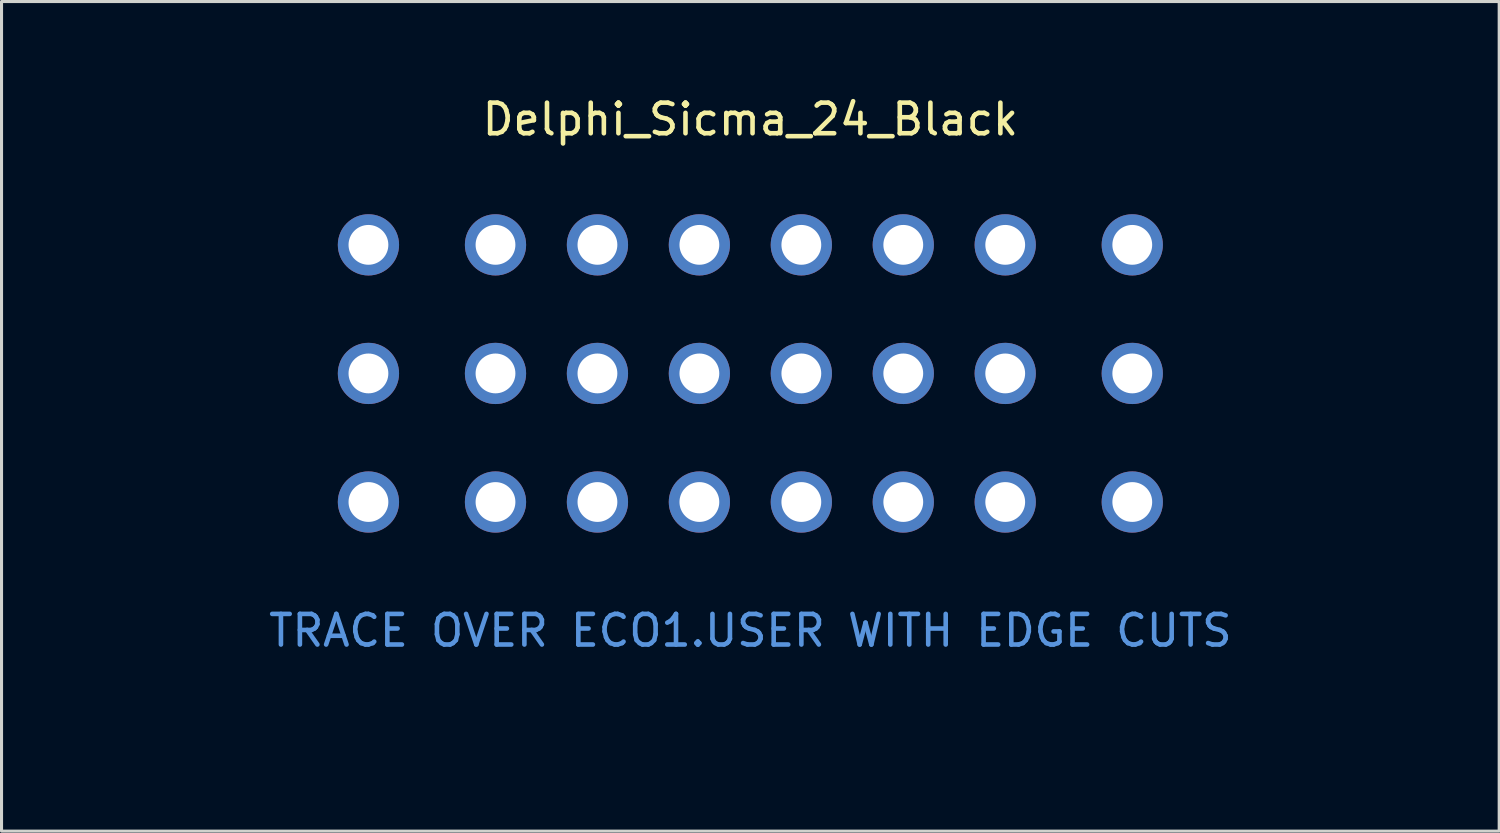
<source format=kicad_pcb>
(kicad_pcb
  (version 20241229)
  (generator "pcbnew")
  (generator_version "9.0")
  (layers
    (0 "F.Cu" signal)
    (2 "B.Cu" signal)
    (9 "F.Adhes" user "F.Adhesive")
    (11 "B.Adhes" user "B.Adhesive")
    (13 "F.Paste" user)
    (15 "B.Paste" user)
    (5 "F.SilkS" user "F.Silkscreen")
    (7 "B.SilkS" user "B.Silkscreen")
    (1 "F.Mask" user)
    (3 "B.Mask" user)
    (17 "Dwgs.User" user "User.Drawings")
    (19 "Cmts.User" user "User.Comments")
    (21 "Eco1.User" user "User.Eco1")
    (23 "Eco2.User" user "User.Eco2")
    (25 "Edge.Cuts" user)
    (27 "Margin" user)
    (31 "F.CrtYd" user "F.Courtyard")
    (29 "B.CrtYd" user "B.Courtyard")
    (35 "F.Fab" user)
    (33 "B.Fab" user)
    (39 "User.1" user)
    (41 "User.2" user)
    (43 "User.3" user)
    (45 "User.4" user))
  (footprint "Delphi_Sicma_24_Black"
    (layer "F.Cu")
    (at 21.46 20.848)
    (property "Reference" "Delphi_Sicma_24_Black" (at 0 -20 0) (layer "F.SilkS") (effects (font (size 1 1) (thickness 0.15))))
    (attr through_hole)
    (fp_line (start -21.4 -12.1) (end -21.4 -7.1) (stroke (width 0.12) (type solid)) (layer "Eco1.User"))
    (fp_line (start -21.4 -7.1) (end -19.2 -7.1) (stroke (width 0.12) (type solid)) (layer "Eco1.User"))
    (fp_line (start -21.4 0) (end -17 0) (stroke (width 0.12) (type solid)) (layer "Eco1.User"))
    (fp_line (start -19.2 -12.1) (end -21.4 -12.1) (stroke (width 0.12) (type solid)) (layer "Eco1.User"))
    (fp_line (start -19.2 -7.1) (end -19.2 -12.1) (stroke (width 0.12) (type solid)) (layer "Eco1.User"))
    (fp_line (start -17 -2.2) (end -17 0) (stroke (width 0.12) (type solid)) (layer "Eco1.User"))
    (fp_line (start -15 -2.2) (end -17 -2.2) (stroke (width 0.12) (type solid)) (layer "Eco1.User"))
    (fp_line (start -15 0) (end -15 -2.2) (stroke (width 0.12) (type solid)) (layer "Eco1.User"))
    (fp_line (start -15 0) (end 21.4 0) (stroke (width 0.12) (type solid)) (layer "Eco1.User"))
    (fp_line (start 19.2 -10.6) (end 19.2 -7.1) (stroke (width 0.12) (type solid)) (layer "Eco1.User"))
    (fp_line (start 19.2 -7.1) (end 21.4 -7.1) (stroke (width 0.12) (type solid)) (layer "Eco1.User"))
    (fp_line (start 21.4 -10.6) (end 19.2 -10.6) (stroke (width 0.12) (type solid)) (layer "Eco1.User"))
    (fp_line (start 21.4 -7.1) (end 21.4 -10.6) (stroke (width 0.12) (type solid)) (layer "Eco1.User"))
    (fp_text user "TRACE OVER ECO1.USER WITH EDGE CUTS" (at 0 -3.3 0) (layer "Cmts.User") (effects (font (size 1 1) (thickness 0.15))))
    (pad "A1" thru_hole circle (at 12.475 -15.9) (size 2 2) (drill 1.3) (layers "*.Cu" "*.Mask"))
    (pad "A2" thru_hole circle (at 8.325 -15.9) (size 2 2) (drill 1.3) (layers "*.Cu" "*.Mask"))
    (pad "A3" thru_hole circle (at 4.995 -15.9) (size 2 2) (drill 1.3) (layers "*.Cu" "*.Mask"))
    (pad "A4" thru_hole circle (at 1.665 -15.9) (size 2 2) (drill 1.3) (layers "*.Cu" "*.Mask"))
    (pad "A5" thru_hole circle (at -1.665 -15.9) (size 2 2) (drill 1.3) (layers "*.Cu" "*.Mask"))
    (pad "A6" thru_hole circle (at -4.995 -15.9) (size 2 2) (drill 1.3) (layers "*.Cu" "*.Mask"))
    (pad "A7" thru_hole circle (at -8.325 -15.9) (size 2 2) (drill 1.3) (layers "*.Cu" "*.Mask"))
    (pad "A8" thru_hole circle (at -12.475 -15.9) (size 2 2) (drill 1.3) (layers "*.Cu" "*.Mask"))
    (pad "B1" thru_hole circle (at 12.475 -11.7) (size 2 2) (drill 1.3) (layers "*.Cu" "*.Mask"))
    (pad "B2" thru_hole circle (at 8.325 -11.7) (size 2 2) (drill 1.3) (layers "*.Cu" "*.Mask"))
    (pad "B3" thru_hole circle (at 4.995 -11.7) (size 2 2) (drill 1.3) (layers "*.Cu" "*.Mask"))
    (pad "B4" thru_hole circle (at 1.665 -11.7) (size 2 2) (drill 1.3) (layers "*.Cu" "*.Mask"))
    (pad "B5" thru_hole circle (at -1.665 -11.7) (size 2 2) (drill 1.3) (layers "*.Cu" "*.Mask"))
    (pad "B6" thru_hole circle (at -4.995 -11.7) (size 2 2) (drill 1.3) (layers "*.Cu" "*.Mask"))
    (pad "B7" thru_hole circle (at -8.325 -11.7) (size 2 2) (drill 1.3) (layers "*.Cu" "*.Mask"))
    (pad "B8" thru_hole circle (at -12.475 -11.7) (size 2 2) (drill 1.3) (layers "*.Cu" "*.Mask"))
    (pad "C1" thru_hole circle (at 12.475 -7.5) (size 2 2) (drill 1.3) (layers "*.Cu" "*.Mask"))
    (pad "C2" thru_hole circle (at 8.325 -7.5) (size 2 2) (drill 1.3) (layers "*.Cu" "*.Mask"))
    (pad "C3" thru_hole circle (at 4.995 -7.5) (size 2 2) (drill 1.3) (layers "*.Cu" "*.Mask"))
    (pad "C4" thru_hole circle (at 1.665 -7.5) (size 2 2) (drill 1.3) (layers "*.Cu" "*.Mask"))
    (pad "C5" thru_hole circle (at -1.665 -7.5) (size 2 2) (drill 1.3) (layers "*.Cu" "*.Mask"))
    (pad "C6" thru_hole circle (at -4.995 -7.5) (size 2 2) (drill 1.3) (layers "*.Cu" "*.Mask"))
    (pad "C7" thru_hole circle (at -8.325 -7.5) (size 2 2) (drill 1.3) (layers "*.Cu" "*.Mask"))
    (pad "C8" thru_hole circle (at -12.475 -7.5) (size 2 2) (drill 1.3) (layers "*.Cu" "*.Mask")))
  (gr_rect
    (start -3 -3)
    (end 45.92 24.098)
    (stroke (width 0.1) (type default))
    (fill no)
    (layer "Edge.Cuts")))
</source>
